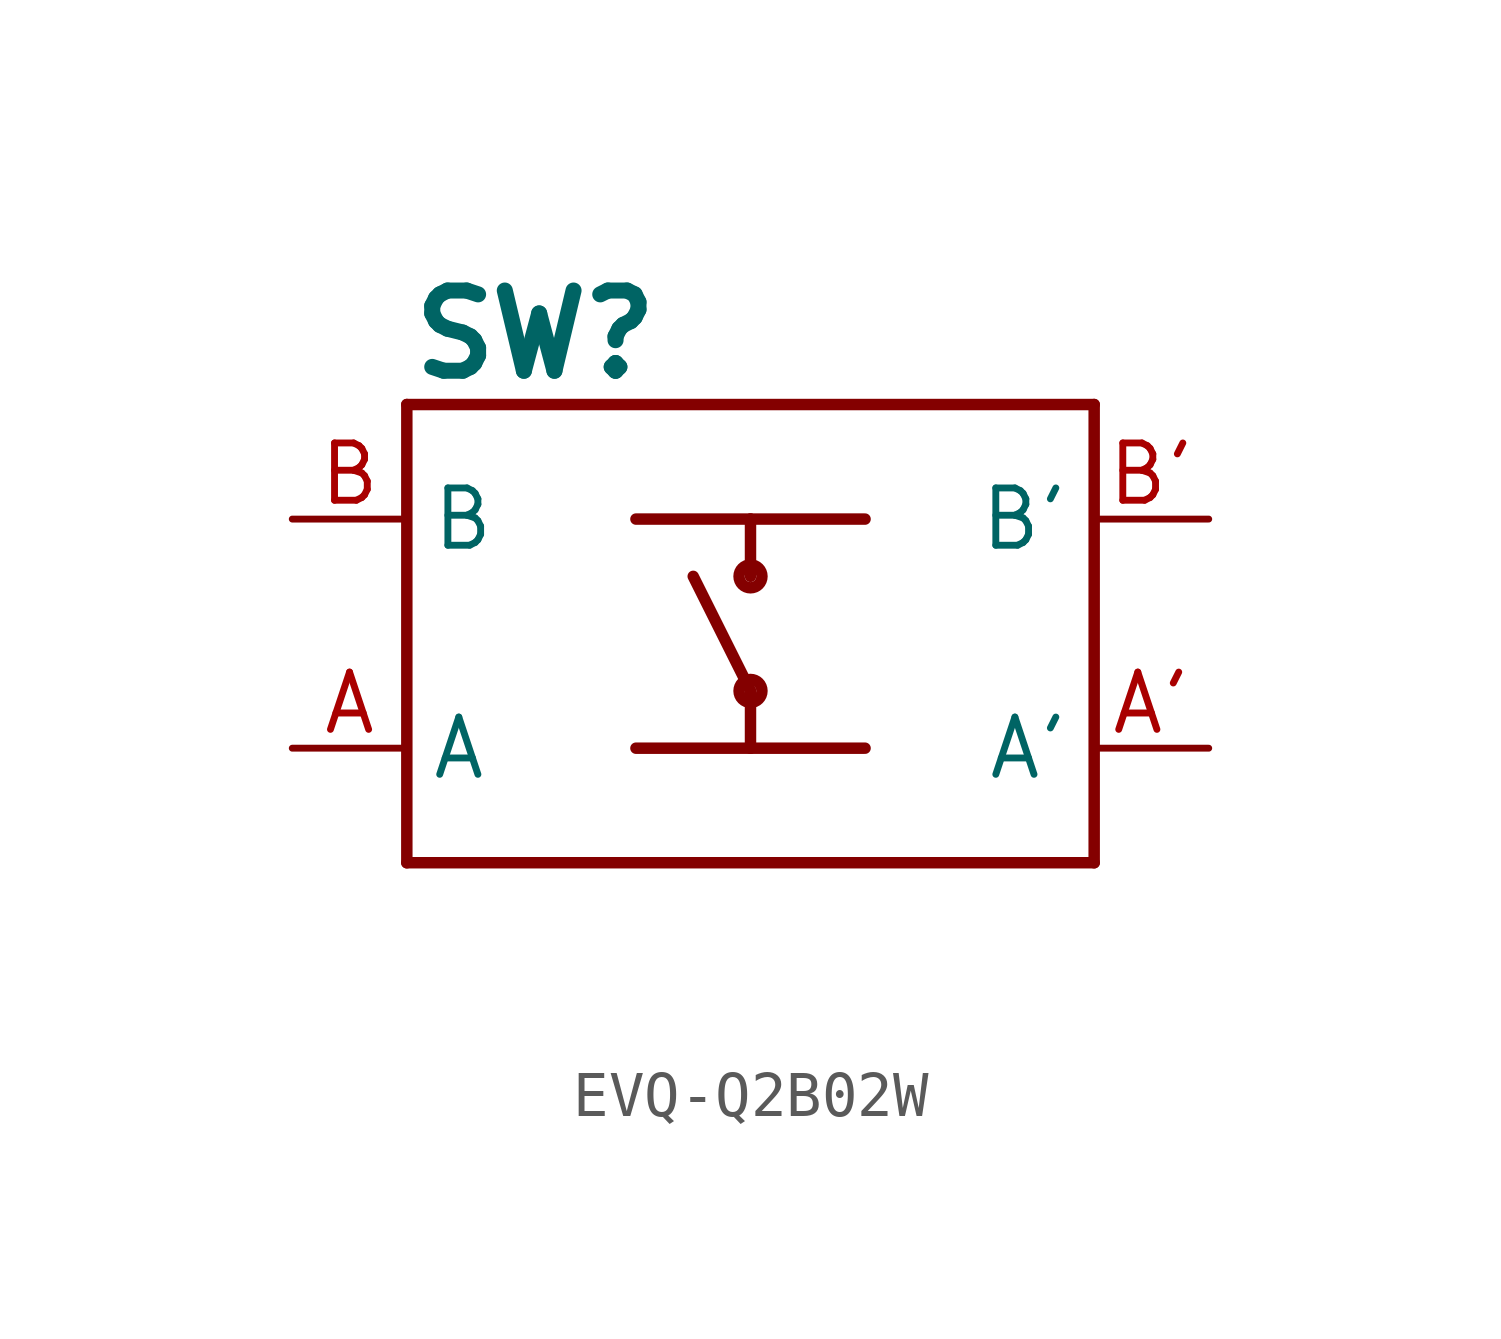
<source format=kicad_sym>
(kicad_symbol_lib
  (version 20231120)
  (generator "kicad_symbol_editor")
  (generator_version "8.0")
  (symbol "EVQ-Q2B02W"
    (property "Reference" "SW"
      (at -7.629 5.593 0)
      (effects (font (size 1.778 1.778) (thickness 0.356) (bold yes)) (justify left bottom)))
    (property "Value" ""
      (at -7.624 -7.623 0)
      (effects (font (size 1.779 1.779) (thickness 0.356) (bold yes)) (justify left bottom)))
    (property "ki_locked" ""
      (at 0 0 0)
      (effects (font (size 1.27 1.27))))
    (symbol "EVQ-Q2B02W_1_0"
      (circle (center 0 -1.27) (radius 0.254) (stroke (width 0.254) (type solid)) (fill (type none)))
      (polyline (pts (xy -7.62 -5.08) (xy -7.62 5.08)) (stroke (width 0.254) (type solid)) (fill (type none)))
      (polyline (pts (xy -7.62 5.08) (xy 7.62 5.08)) (stroke (width 0.254) (type solid)) (fill (type none)))
      (polyline (pts (xy -2.54 -2.54) (xy 0 -2.54)) (stroke (width 0.254) (type solid)) (fill (type none)))
      (polyline (pts (xy -2.54 2.54) (xy 0 2.54)) (stroke (width 0.254) (type solid)) (fill (type none)))
      (polyline (pts (xy 0 -2.54) (xy 2.54 -2.54)) (stroke (width 0.254) (type solid)) (fill (type none)))
      (polyline (pts (xy 0 -1.27) (xy -1.27 1.27)) (stroke (width 0.254) (type solid)) (fill (type none)))
      (polyline (pts (xy 0 -1.27) (xy 0 -2.54)) (stroke (width 0.254) (type solid)) (fill (type none)))
      (polyline (pts (xy 0 1.27) (xy 0 2.54)) (stroke (width 0.254) (type solid)) (fill (type none)))
      (polyline (pts (xy 0 2.54) (xy 2.54 2.54)) (stroke (width 0.254) (type solid)) (fill (type none)))
      (polyline (pts (xy 7.62 -5.08) (xy -7.62 -5.08)) (stroke (width 0.254) (type solid)) (fill (type none)))
      (polyline (pts (xy 7.62 5.08) (xy 7.62 -5.08)) (stroke (width 0.254) (type solid)) (fill (type none)))
      (circle (center 0 1.27) (radius 0.254) (stroke (width 0.254) (type solid)) (fill (type none)))
      (pin passive line (at -10.16 -2.54 0) (length 2.54) (name "A" (effects (font (size 1.27 1.27)))) (number "A" (effects (font (size 1.27 1.27)))))
      (pin passive line (at 10.16 -2.54 180) (length 2.54) (name "A'" (effects (font (size 1.27 1.27)))) (number "A'" (effects (font (size 1.27 1.27)))))
      (pin passive line (at -10.16 2.54 0) (length 2.54) (name "B" (effects (font (size 1.27 1.27)))) (number "B" (effects (font (size 1.27 1.27)))))
      (pin passive line (at 10.16 2.54 180) (length 2.54) (name "B'" (effects (font (size 1.27 1.27)))) (number "B'" (effects (font (size 1.27 1.27))))))))
</source>
